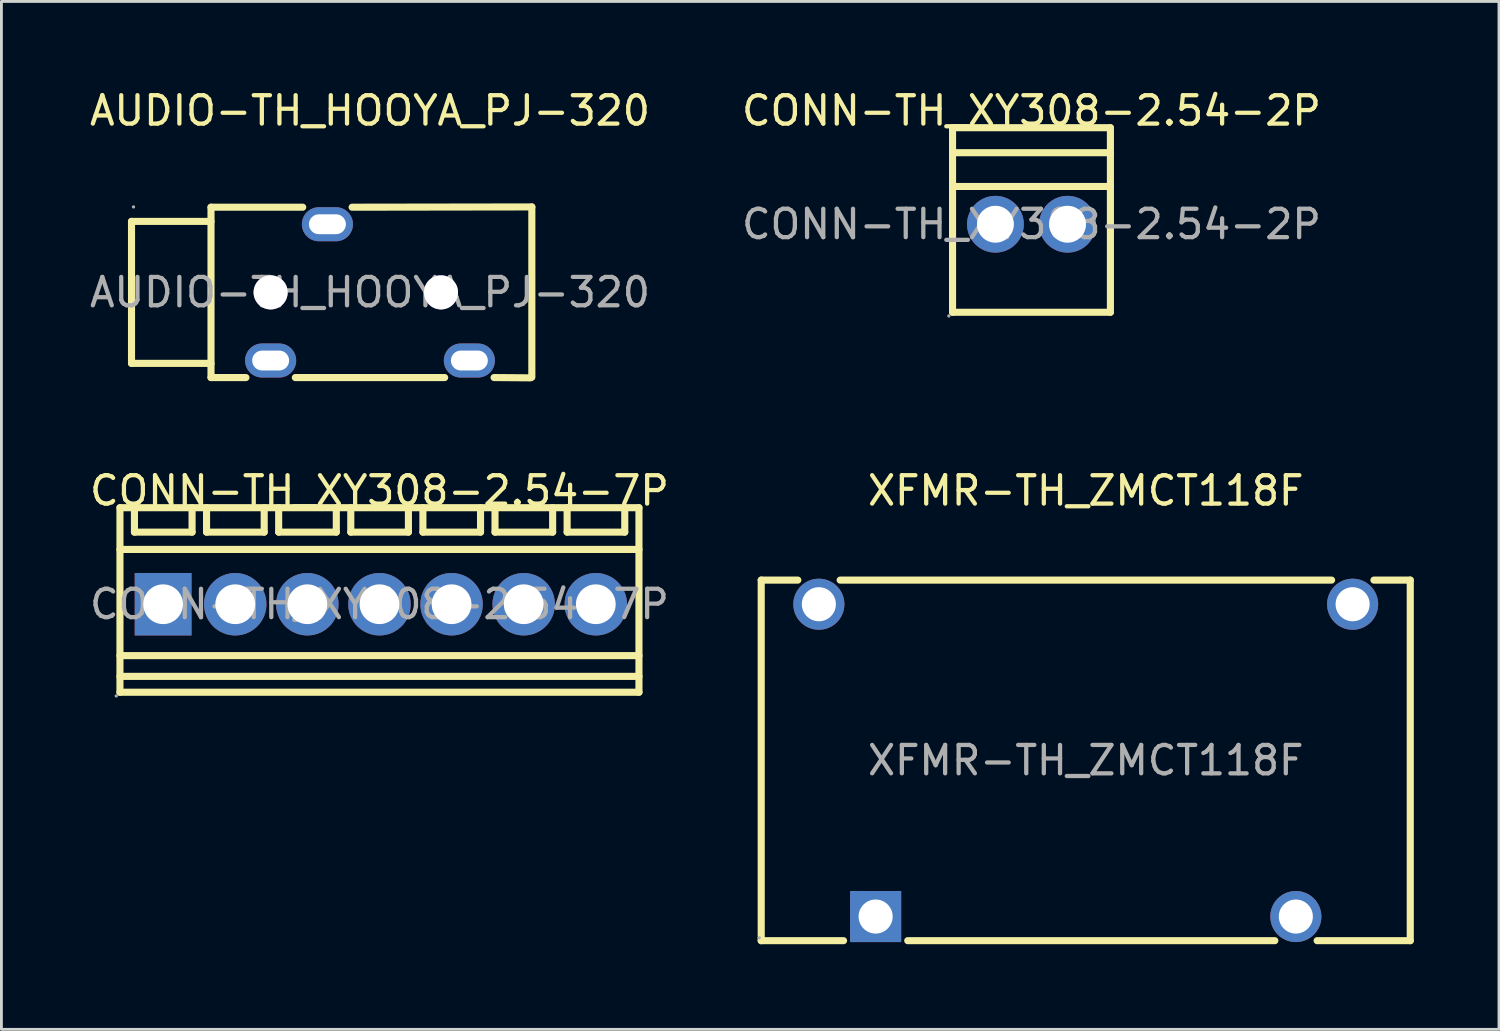
<source format=kicad_pcb>
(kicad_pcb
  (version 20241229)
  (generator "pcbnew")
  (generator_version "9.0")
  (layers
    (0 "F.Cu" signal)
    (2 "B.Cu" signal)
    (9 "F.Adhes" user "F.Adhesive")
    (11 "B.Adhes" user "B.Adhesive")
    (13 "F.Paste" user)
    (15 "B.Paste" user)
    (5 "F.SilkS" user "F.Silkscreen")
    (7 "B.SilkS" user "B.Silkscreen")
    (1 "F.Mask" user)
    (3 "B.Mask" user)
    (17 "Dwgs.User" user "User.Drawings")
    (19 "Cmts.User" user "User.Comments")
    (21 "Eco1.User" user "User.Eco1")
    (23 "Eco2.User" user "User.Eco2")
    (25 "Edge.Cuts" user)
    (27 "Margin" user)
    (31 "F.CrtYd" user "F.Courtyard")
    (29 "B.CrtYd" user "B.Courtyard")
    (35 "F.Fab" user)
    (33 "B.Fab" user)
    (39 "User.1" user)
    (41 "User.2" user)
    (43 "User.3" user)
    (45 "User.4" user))
  (footprint "AUDIO-TH_HOOYA_PJ-320"
    (layer "F.Cu")
    (at 9.982 7.248)
    (property "Reference" "AUDIO-TH_HOOYA_PJ-320" (at 0 -6.4 0) (layer "F.SilkS") (effects (font (size 1 1) (thickness 0.15))))
    (attr smd)
    (fp_line (start -8.4 -2.5) (end -8.4 2.5) (stroke (width 0.25) (type solid)) (layer "F.SilkS"))
    (fp_line (start -5.6 -3) (end -5.6 3) (stroke (width 0.25) (type solid)) (layer "F.SilkS"))
    (fp_line (start -5.6 -3) (end -2.37 -3) (stroke (width 0.25) (type solid)) (layer "F.SilkS"))
    (fp_line (start -5.6 -2.5) (end -8.4 -2.5) (stroke (width 0.25) (type solid)) (layer "F.SilkS"))
    (fp_line (start -5.6 2.5) (end -8.4 2.5) (stroke (width 0.25) (type solid)) (layer "F.SilkS"))
    (fp_line (start -5.6 3) (end -4.37 3) (stroke (width 0.25) (type solid)) (layer "F.SilkS"))
    (fp_line (start -2.63 3) (end 2.63 3) (stroke (width 0.25) (type solid)) (layer "F.SilkS"))
    (fp_line (start -0.63 -3) (end 5.7 -3.01) (stroke (width 0.25) (type solid)) (layer "F.SilkS"))
    (fp_line (start 4.37 3) (end 5.65 3.01) (stroke (width 0.25) (type solid)) (layer "F.SilkS"))
    (fp_line (start 5.7 -3.01) (end 5.7 2.99) (stroke (width 0.25) (type solid)) (layer "F.SilkS"))
    (fp_circle (center -3.5 0) (end -3.3 0) (stroke (width 0.4) (type solid)) (fill no) (layer "Cmts.User"))
    (fp_circle (center 2.5 0) (end 2.7 0) (stroke (width 0.4) (type solid)) (fill no) (layer "Cmts.User"))
    (fp_circle (center -8.33 -3.01) (end -8.3 -3.01) (stroke (width 0.06) (type solid)) (fill no) (layer "F.Fab"))
    (fp_text user "${REFERENCE}" (at 0 0 0) (layer "F.Fab") (effects (font (size 1 1) (thickness 0.15))))
    (pad "" thru_hole circle (at -3.5 0) (size 1.2 1.2) (drill 1.2) (layers "*.Cu" "*.Mask"))
    (pad "" thru_hole circle (at 2.5 0) (size 1.2 1.2) (drill 1.2) (layers "*.Cu" "*.Mask"))
    (pad "2" thru_hole oval (at -1.5 -2.4 270) (size 1.2 1.8) (drill oval 0.7 1.3) (layers "*.Cu" "*.Paste" "*.Mask"))
    (pad "3" thru_hole oval (at -3.5 2.4 270) (size 1.2 1.8) (drill oval 0.7 1.3) (layers "*.Cu" "*.Paste" "*.Mask"))
    (pad "4" thru_hole oval (at 3.5 2.4 270) (size 1.2 1.8) (drill oval 0.7 1.3) (layers "*.Cu" "*.Paste" "*.Mask")))
  (footprint "XFMR-TH_ZMCT118F"
    (layer "F.Cu")
    (at 35.191 23.732)
    (property "Reference" "XFMR-TH_ZMCT118F" (at 0 -9.5 0) (layer "F.SilkS") (effects (font (size 1 1) (thickness 0.15))))
    (attr smd)
    (fp_line (start -11.43 -6.35) (end -10.14 -6.35) (stroke (width 0.25) (type solid)) (layer "F.SilkS"))
    (fp_line (start -11.43 6.35) (end -11.43 -6.35) (stroke (width 0.25) (type solid)) (layer "F.SilkS"))
    (fp_line (start -8.65 -6.35) (end 8.66 -6.35) (stroke (width 0.25) (type solid)) (layer "F.SilkS"))
    (fp_line (start -8.53 6.35) (end -11.43 6.35) (stroke (width 0.25) (type solid)) (layer "F.SilkS"))
    (fp_line (start 6.66 6.35) (end -6.27 6.35) (stroke (width 0.25) (type solid)) (layer "F.SilkS"))
    (fp_line (start 10.15 -6.35) (end 11.43 -6.35) (stroke (width 0.25) (type solid)) (layer "F.SilkS"))
    (fp_line (start 11.43 -6.35) (end 11.43 6.35) (stroke (width 0.25) (type solid)) (layer "F.SilkS"))
    (fp_line (start 11.43 6.35) (end 8.15 6.35) (stroke (width 0.25) (type solid)) (layer "F.SilkS"))
    (fp_circle (center -11.5 6.25) (end -11.47 6.25) (stroke (width 0.06) (type solid)) (fill no) (layer "F.Fab"))
    (fp_circle (center -9.4 -5.5) (end -9.15 -5.5) (stroke (width 0.5) (type solid)) (fill no) (layer "F.Fab"))
    (fp_circle (center -7.4 5.5) (end -7.15 5.5) (stroke (width 0.5) (type solid)) (fill no) (layer "F.Fab"))
    (fp_circle (center 7.4 5.5) (end 7.65 5.5) (stroke (width 0.5) (type solid)) (fill no) (layer "F.Fab"))
    (fp_circle (center 9.4 -5.5) (end 9.65 -5.5) (stroke (width 0.5) (type solid)) (fill no) (layer "F.Fab"))
    (fp_text user "${REFERENCE}" (at 0 0 0) (layer "F.Fab") (effects (font (size 1 1) (thickness 0.15))))
    (pad "1" thru_hole rect (at -7.4 5.5) (size 1.8 1.8) (drill 1.2) (layers "*.Cu" "*.Paste" "*.Mask"))
    (pad "2" thru_hole circle (at 7.4 5.5) (size 1.8 1.8) (drill 1.2) (layers "*.Cu" "*.Paste" "*.Mask"))
    (pad "3" thru_hole circle (at 9.4 -5.5) (size 1.8 1.8) (drill 1.2) (layers "*.Cu" "*.Paste" "*.Mask"))
    (pad "4" thru_hole circle (at -9.4 -5.5) (size 1.8 1.8) (drill 1.2) (layers "*.Cu" "*.Paste" "*.Mask")))
  (footprint "CONN-TH_XY308-2.54-7P"
    (layer "F.Cu")
    (at 10.315 18.232)
    (property "Reference" "CONN-TH_XY308-2.54-7P" (at 0 -4 0) (layer "F.SilkS") (effects (font (size 1 1) (thickness 0.15))))
    (attr through_hole)
    (fp_line (start -9.14 -3.4) (end -9.14 3.1) (stroke (width 0.25) (type solid)) (layer "F.SilkS"))
    (fp_line (start -8.63 -3.4) (end -8.63 -2.54) (stroke (width 0.25) (type solid)) (layer "F.SilkS"))
    (fp_line (start -8.63 -2.54) (end -6.6 -2.54) (stroke (width 0.25) (type solid)) (layer "F.SilkS"))
    (fp_line (start -6.6 -2.54) (end -6.6 -3.4) (stroke (width 0.25) (type solid)) (layer "F.SilkS"))
    (fp_line (start -6.09 -3.4) (end -6.09 -2.54) (stroke (width 0.25) (type solid)) (layer "F.SilkS"))
    (fp_line (start -6.09 -2.54) (end -4.06 -2.54) (stroke (width 0.25) (type solid)) (layer "F.SilkS"))
    (fp_line (start -4.06 -2.54) (end -4.06 -3.4) (stroke (width 0.25) (type solid)) (layer "F.SilkS"))
    (fp_line (start -3.55 -3.4) (end -3.55 -2.54) (stroke (width 0.25) (type solid)) (layer "F.SilkS"))
    (fp_line (start -3.55 -2.54) (end -1.52 -2.54) (stroke (width 0.25) (type solid)) (layer "F.SilkS"))
    (fp_line (start -1.52 -2.54) (end -1.52 -3.4) (stroke (width 0.25) (type solid)) (layer "F.SilkS"))
    (fp_line (start -1.01 -3.4) (end -1.01 -2.54) (stroke (width 0.25) (type solid)) (layer "F.SilkS"))
    (fp_line (start -1.01 -2.54) (end 1.02 -2.54) (stroke (width 0.25) (type solid)) (layer "F.SilkS"))
    (fp_line (start 1.02 -2.54) (end 1.02 -3.4) (stroke (width 0.25) (type solid)) (layer "F.SilkS"))
    (fp_line (start 1.53 -3.4) (end 1.53 -2.54) (stroke (width 0.25) (type solid)) (layer "F.SilkS"))
    (fp_line (start 1.53 -2.54) (end 3.56 -2.54) (stroke (width 0.25) (type solid)) (layer "F.SilkS"))
    (fp_line (start 3.56 -2.54) (end 3.56 -3.4) (stroke (width 0.25) (type solid)) (layer "F.SilkS"))
    (fp_line (start 4.07 -3.4) (end 4.07 -2.54) (stroke (width 0.25) (type solid)) (layer "F.SilkS"))
    (fp_line (start 4.07 -2.54) (end 6.1 -2.54) (stroke (width 0.25) (type solid)) (layer "F.SilkS"))
    (fp_line (start 6.1 -2.54) (end 6.1 -3.4) (stroke (width 0.25) (type solid)) (layer "F.SilkS"))
    (fp_line (start 6.61 -3.4) (end 6.61 -2.54) (stroke (width 0.25) (type solid)) (layer "F.SilkS"))
    (fp_line (start 6.61 -2.54) (end 8.64 -2.54) (stroke (width 0.25) (type solid)) (layer "F.SilkS"))
    (fp_line (start 8.64 -2.54) (end 8.64 -3.4) (stroke (width 0.25) (type solid)) (layer "F.SilkS"))
    (fp_line (start 9.14 -3.4) (end -9.14 -3.4) (stroke (width 0.25) (type solid)) (layer "F.SilkS"))
    (fp_line (start 9.14 -3.4) (end 9.14 3.1) (stroke (width 0.25) (type solid)) (layer "F.SilkS"))
    (fp_line (start 9.14 -1.93) (end -9.14 -1.93) (stroke (width 0.25) (type solid)) (layer "F.SilkS"))
    (fp_line (start 9.14 1.81) (end -9.14 1.81) (stroke (width 0.25) (type solid)) (layer "F.SilkS"))
    (fp_line (start 9.14 2.54) (end -9.14 2.54) (stroke (width 0.25) (type solid)) (layer "F.SilkS"))
    (fp_line (start 9.14 3.1) (end -9.14 3.1) (stroke (width 0.25) (type solid)) (layer "F.SilkS"))
    (fp_circle (center -9.27 3.23) (end -9.24 3.23) (stroke (width 0.06) (type solid)) (fill no) (layer "F.Fab"))
    (fp_circle (center -7.62 0) (end -7.32 0) (stroke (width 0.6) (type solid)) (fill no) (layer "F.Fab"))
    (fp_circle (center -5.08 0) (end -4.78 0) (stroke (width 0.6) (type solid)) (fill no) (layer "F.Fab"))
    (fp_circle (center -2.54 0) (end -2.24 0) (stroke (width 0.6) (type solid)) (fill no) (layer "F.Fab"))
    (fp_circle (center 0 0) (end 0.3 0) (stroke (width 0.6) (type solid)) (fill no) (layer "F.Fab"))
    (fp_circle (center 2.54 0) (end 2.84 0) (stroke (width 0.6) (type solid)) (fill no) (layer "F.Fab"))
    (fp_circle (center 5.08 0) (end 5.38 0) (stroke (width 0.6) (type solid)) (fill no) (layer "F.Fab"))
    (fp_circle (center 7.62 0) (end 7.92 0) (stroke (width 0.6) (type solid)) (fill no) (layer "F.Fab"))
    (fp_text user "${REFERENCE}" (at 0 0 0) (layer "F.Fab") (effects (font (size 1 1) (thickness 0.15))))
    (pad "1" thru_hole rect (at -7.62 0) (size 2 2.2) (drill 1.4) (layers "*.Cu" "*.Mask"))
    (pad "2" thru_hole circle (at -5.08 0) (size 2.2 2.2) (drill 1.4) (layers "*.Cu" "*.Mask"))
    (pad "3" thru_hole circle (at -2.54 0) (size 2.2 2.2) (drill 1.4) (layers "*.Cu" "*.Mask"))
    (pad "4" thru_hole circle (at 0 0) (size 2.2 2.2) (drill 1.4) (layers "*.Cu" "*.Mask"))
    (pad "5" thru_hole circle (at 2.54 0) (size 2.2 2.2) (drill 1.4) (layers "*.Cu" "*.Mask"))
    (pad "6" thru_hole circle (at 5.08 0) (size 2.2 2.2) (drill 1.4) (layers "*.Cu" "*.Mask"))
    (pad "7" thru_hole circle (at 7.62 0) (size 2.2 2.2) (drill 1.4) (layers "*.Cu" "*.Mask")))
  (footprint "CONN-TH_XY308-2.54-2P"
    (layer "F.Cu")
    (at 33.28 4.848)
    (property "Reference" "CONN-TH_XY308-2.54-2P" (at 0 -4 0) (layer "F.SilkS") (effects (font (size 1 1) (thickness 0.15))))
    (attr through_hole)
    (fp_line (start -2.78 -3.4) (end -2.78 3.1) (stroke (width 0.25) (type solid)) (layer "F.SilkS"))
    (fp_line (start -2.78 -3.4) (end 2.78 -3.4) (stroke (width 0.25) (type solid)) (layer "F.SilkS"))
    (fp_line (start -2.78 -2.52) (end 2.78 -2.52) (stroke (width 0.25) (type solid)) (layer "F.SilkS"))
    (fp_line (start -2.78 -1.33) (end 2.78 -1.33) (stroke (width 0.25) (type solid)) (layer "F.SilkS"))
    (fp_line (start -2.78 3.1) (end 2.78 3.1) (stroke (width 0.25) (type solid)) (layer "F.SilkS"))
    (fp_line (start 2.78 -3.4) (end 2.78 3.1) (stroke (width 0.25) (type solid)) (layer "F.SilkS"))
    (fp_circle (center -2.91 3.23) (end -2.88 3.23) (stroke (width 0.06) (type solid)) (fill no) (layer "F.Fab"))
    (fp_circle (center -1.27 0) (end -0.99 0) (stroke (width 0.55) (type solid)) (fill no) (layer "F.Fab"))
    (fp_circle (center 1.27 0) (end 1.55 0) (stroke (width 0.55) (type solid)) (fill no) (layer "F.Fab"))
    (fp_text user "${REFERENCE}" (at 0 0 0) (layer "F.Fab") (effects (font (size 1 1) (thickness 0.15))))
    (pad "1" thru_hole circle (at -1.27 0) (size 2 2) (drill 1.3) (layers "*.Cu" "*.Mask"))
    (pad "2" thru_hole circle (at 1.27 0) (size 2 2) (drill 1.3) (layers "*.Cu" "*.Mask")))
  (gr_rect
    (start -3 -3)
    (end 49.746 33.206)
    (stroke (width 0.1) (type default))
    (fill no)
    (layer "Edge.Cuts")))
</source>
